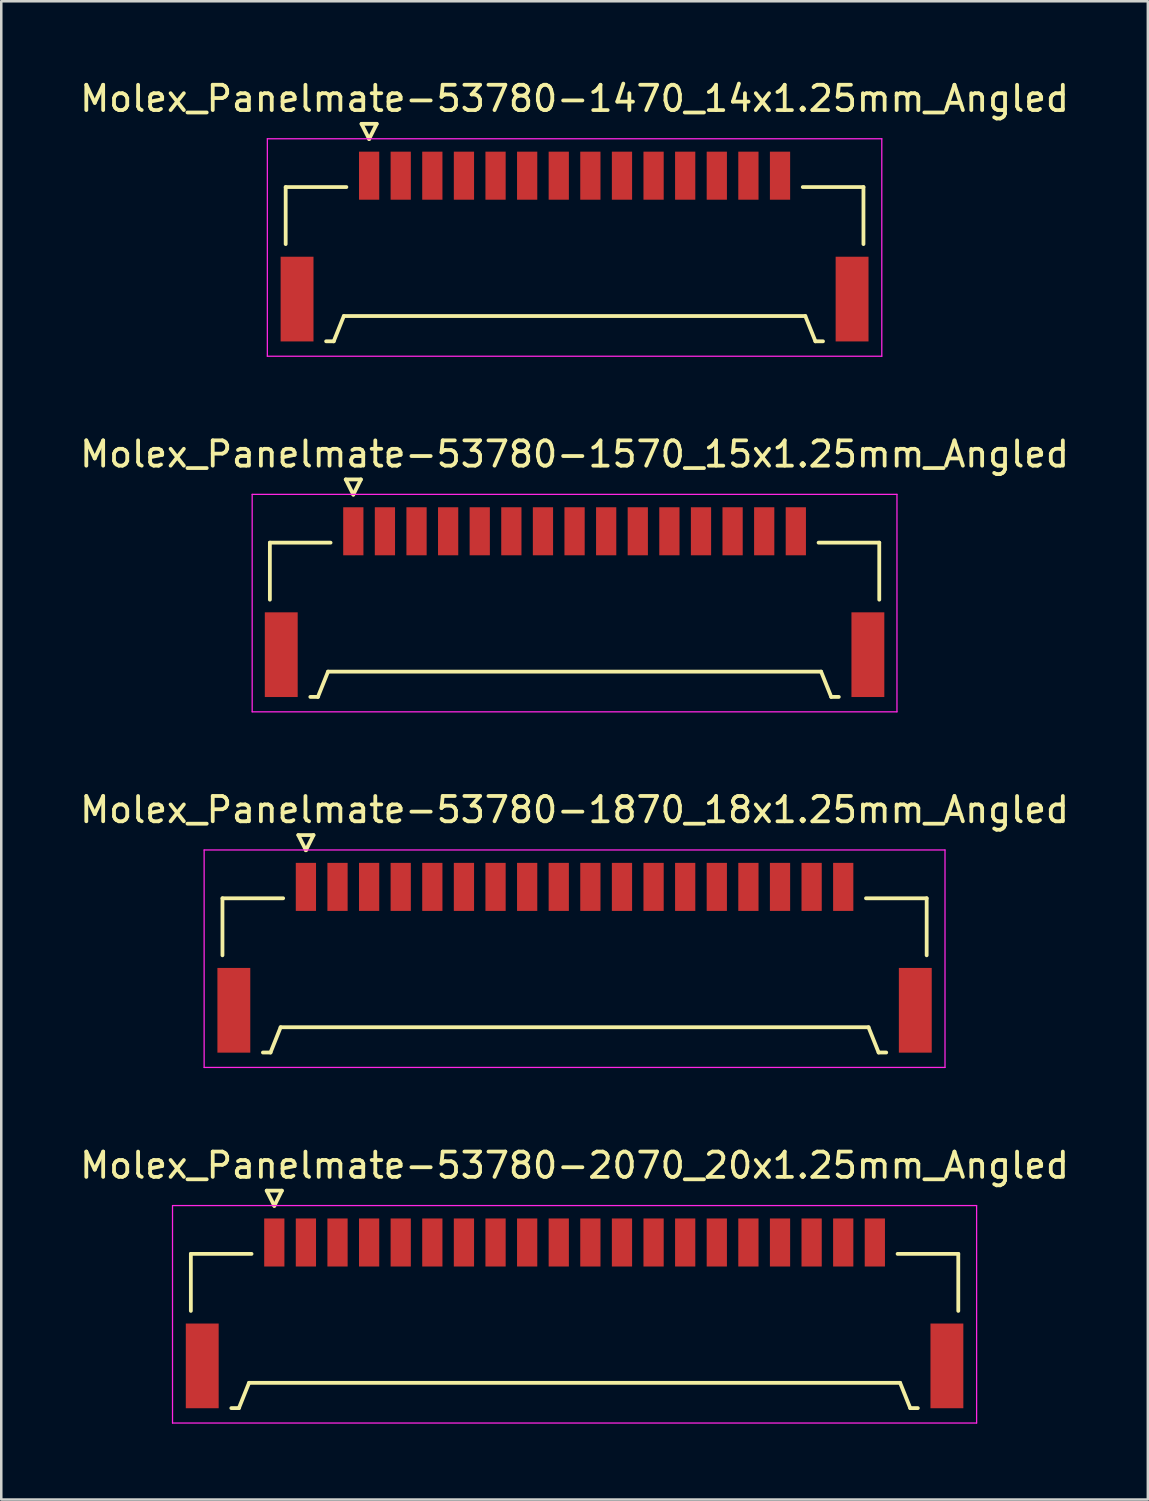
<source format=kicad_pcb>
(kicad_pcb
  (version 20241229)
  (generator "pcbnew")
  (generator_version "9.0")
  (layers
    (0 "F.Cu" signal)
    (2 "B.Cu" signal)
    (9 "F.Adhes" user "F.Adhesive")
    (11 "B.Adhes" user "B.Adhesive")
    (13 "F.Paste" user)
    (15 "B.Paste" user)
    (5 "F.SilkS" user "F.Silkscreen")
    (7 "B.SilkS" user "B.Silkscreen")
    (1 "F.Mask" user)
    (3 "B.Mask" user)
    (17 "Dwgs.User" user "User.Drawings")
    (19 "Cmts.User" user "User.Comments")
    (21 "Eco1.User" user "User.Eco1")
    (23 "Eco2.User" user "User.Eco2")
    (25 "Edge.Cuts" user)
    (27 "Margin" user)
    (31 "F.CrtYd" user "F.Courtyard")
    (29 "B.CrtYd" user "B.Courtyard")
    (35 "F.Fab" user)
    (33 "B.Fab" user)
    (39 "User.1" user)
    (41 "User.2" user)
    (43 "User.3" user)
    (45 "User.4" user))
  (footprint "Molex_Panelmate-53780-2070_20x1.25mm_Angled"
    (layer "F.Cu")
    (at 19.673 48.528)
    (property "Reference" "Molex_Panelmate-53780-2070_20x1.25mm_Angled" (at 0 -5.49 0) (layer "F.SilkS") (effects (font (size 1 1) (thickness 0.15))))
    (attr smd)
    (fp_line (start -15.175 -1.99) (end -15.175 0.265) (stroke (width 0.15) (type solid)) (layer "F.SilkS"))
    (fp_line (start -13.575 4.11) (end -13.275 4.11) (stroke (width 0.15) (type solid)) (layer "F.SilkS"))
    (fp_line (start -13.275 4.11) (end -12.875 3.11) (stroke (width 0.15) (type solid)) (layer "F.SilkS"))
    (fp_line (start -12.875 3.11) (end 12.875 3.11) (stroke (width 0.15) (type solid)) (layer "F.SilkS"))
    (fp_line (start -12.775 -1.99) (end -15.175 -1.99) (stroke (width 0.15) (type solid)) (layer "F.SilkS"))
    (fp_line (start -12.175 -4.49) (end -11.875 -3.89) (stroke (width 0.15) (type solid)) (layer "F.SilkS"))
    (fp_line (start -11.875 -3.89) (end -11.575 -4.49) (stroke (width 0.15) (type solid)) (layer "F.SilkS"))
    (fp_line (start -11.575 -4.49) (end -12.175 -4.49) (stroke (width 0.15) (type solid)) (layer "F.SilkS"))
    (fp_line (start 12.775 -1.99) (end 15.175 -1.99) (stroke (width 0.15) (type solid)) (layer "F.SilkS"))
    (fp_line (start 12.875 3.11) (end 13.275 4.11) (stroke (width 0.15) (type solid)) (layer "F.SilkS"))
    (fp_line (start 13.275 4.11) (end 13.575 4.11) (stroke (width 0.15) (type solid)) (layer "F.SilkS"))
    (fp_line (start 15.175 -1.99) (end 15.175 0.265) (stroke (width 0.15) (type solid)) (layer "F.SilkS"))
    (fp_line (start -15.9 -3.9) (end -15.9 4.7) (stroke (width 0.05) (type solid)) (layer "F.CrtYd"))
    (fp_line (start -15.9 4.7) (end 15.9 4.7) (stroke (width 0.05) (type solid)) (layer "F.CrtYd"))
    (fp_line (start 15.9 -3.9) (end -15.9 -3.9) (stroke (width 0.05) (type solid)) (layer "F.CrtYd"))
    (fp_line (start 15.9 4.7) (end 15.9 -3.9) (stroke (width 0.05) (type solid)) (layer "F.CrtYd"))
    (pad "" smd rect (at -14.725 2.44) (size 1.3 3.35) (layers "F.Cu" "F.Mask" "F.Paste"))
    (pad "" smd rect (at 14.725 2.44) (size 1.3 3.35) (layers "F.Cu" "F.Mask" "F.Paste"))
    (pad "1" smd rect (at -11.875 -2.44) (size 0.8 1.9) (layers "F.Cu" "F.Mask" "F.Paste"))
    (pad "2" smd rect (at -10.625 -2.44) (size 0.8 1.9) (layers "F.Cu" "F.Mask" "F.Paste"))
    (pad "3" smd rect (at -9.375 -2.44) (size 0.8 1.9) (layers "F.Cu" "F.Mask" "F.Paste"))
    (pad "4" smd rect (at -8.125 -2.44) (size 0.8 1.9) (layers "F.Cu" "F.Mask" "F.Paste"))
    (pad "5" smd rect (at -6.875 -2.44) (size 0.8 1.9) (layers "F.Cu" "F.Mask" "F.Paste"))
    (pad "6" smd rect (at -5.625 -2.44) (size 0.8 1.9) (layers "F.Cu" "F.Mask" "F.Paste"))
    (pad "7" smd rect (at -4.375 -2.44) (size 0.8 1.9) (layers "F.Cu" "F.Mask" "F.Paste"))
    (pad "8" smd rect (at -3.125 -2.44) (size 0.8 1.9) (layers "F.Cu" "F.Mask" "F.Paste"))
    (pad "9" smd rect (at -1.875 -2.44) (size 0.8 1.9) (layers "F.Cu" "F.Mask" "F.Paste"))
    (pad "10" smd rect (at -0.625 -2.44) (size 0.8 1.9) (layers "F.Cu" "F.Mask" "F.Paste"))
    (pad "11" smd rect (at 0.625 -2.44) (size 0.8 1.9) (layers "F.Cu" "F.Mask" "F.Paste"))
    (pad "12" smd rect (at 1.875 -2.44) (size 0.8 1.9) (layers "F.Cu" "F.Mask" "F.Paste"))
    (pad "13" smd rect (at 3.125 -2.44) (size 0.8 1.9) (layers "F.Cu" "F.Mask" "F.Paste"))
    (pad "14" smd rect (at 4.375 -2.44) (size 0.8 1.9) (layers "F.Cu" "F.Mask" "F.Paste"))
    (pad "15" smd rect (at 5.625 -2.44) (size 0.8 1.9) (layers "F.Cu" "F.Mask" "F.Paste"))
    (pad "16" smd rect (at 6.875 -2.44) (size 0.8 1.9) (layers "F.Cu" "F.Mask" "F.Paste"))
    (pad "17" smd rect (at 8.125 -2.44) (size 0.8 1.9) (layers "F.Cu" "F.Mask" "F.Paste"))
    (pad "18" smd rect (at 9.375 -2.44) (size 0.8 1.9) (layers "F.Cu" "F.Mask" "F.Paste"))
    (pad "19" smd rect (at 10.625 -2.44) (size 0.8 1.9) (layers "F.Cu" "F.Mask" "F.Paste"))
    (pad "20" smd rect (at 11.875 -2.44) (size 0.8 1.9) (layers "F.Cu" "F.Mask" "F.Paste")))
  (footprint "Molex_Panelmate-53780-1870_18x1.25mm_Angled"
    (layer "F.Cu")
    (at 19.673 34.465)
    (property "Reference" "Molex_Panelmate-53780-1870_18x1.25mm_Angled" (at 0 -5.49 0) (layer "F.SilkS") (effects (font (size 1 1) (thickness 0.15))))
    (attr smd)
    (fp_line (start -13.925 -1.99) (end -13.925 0.265) (stroke (width 0.15) (type solid)) (layer "F.SilkS"))
    (fp_line (start -12.325 4.11) (end -12.025 4.11) (stroke (width 0.15) (type solid)) (layer "F.SilkS"))
    (fp_line (start -12.025 4.11) (end -11.625 3.11) (stroke (width 0.15) (type solid)) (layer "F.SilkS"))
    (fp_line (start -11.625 3.11) (end 11.625 3.11) (stroke (width 0.15) (type solid)) (layer "F.SilkS"))
    (fp_line (start -11.525 -1.99) (end -13.925 -1.99) (stroke (width 0.15) (type solid)) (layer "F.SilkS"))
    (fp_line (start -10.925 -4.49) (end -10.625 -3.89) (stroke (width 0.15) (type solid)) (layer "F.SilkS"))
    (fp_line (start -10.625 -3.89) (end -10.325 -4.49) (stroke (width 0.15) (type solid)) (layer "F.SilkS"))
    (fp_line (start -10.325 -4.49) (end -10.925 -4.49) (stroke (width 0.15) (type solid)) (layer "F.SilkS"))
    (fp_line (start 11.525 -1.99) (end 13.925 -1.99) (stroke (width 0.15) (type solid)) (layer "F.SilkS"))
    (fp_line (start 11.625 3.11) (end 12.025 4.11) (stroke (width 0.15) (type solid)) (layer "F.SilkS"))
    (fp_line (start 12.025 4.11) (end 12.325 4.11) (stroke (width 0.15) (type solid)) (layer "F.SilkS"))
    (fp_line (start 13.925 -1.99) (end 13.925 0.265) (stroke (width 0.15) (type solid)) (layer "F.SilkS"))
    (fp_line (start -14.65 -3.9) (end -14.65 4.7) (stroke (width 0.05) (type solid)) (layer "F.CrtYd"))
    (fp_line (start -14.65 4.7) (end 14.65 4.7) (stroke (width 0.05) (type solid)) (layer "F.CrtYd"))
    (fp_line (start 14.65 -3.9) (end -14.65 -3.9) (stroke (width 0.05) (type solid)) (layer "F.CrtYd"))
    (fp_line (start 14.65 4.7) (end 14.65 -3.9) (stroke (width 0.05) (type solid)) (layer "F.CrtYd"))
    (pad "" smd rect (at -13.475 2.44) (size 1.3 3.35) (layers "F.Cu" "F.Mask" "F.Paste"))
    (pad "" smd rect (at 13.475 2.44) (size 1.3 3.35) (layers "F.Cu" "F.Mask" "F.Paste"))
    (pad "1" smd rect (at -10.625 -2.44) (size 0.8 1.9) (layers "F.Cu" "F.Mask" "F.Paste"))
    (pad "2" smd rect (at -9.375 -2.44) (size 0.8 1.9) (layers "F.Cu" "F.Mask" "F.Paste"))
    (pad "3" smd rect (at -8.125 -2.44) (size 0.8 1.9) (layers "F.Cu" "F.Mask" "F.Paste"))
    (pad "4" smd rect (at -6.875 -2.44) (size 0.8 1.9) (layers "F.Cu" "F.Mask" "F.Paste"))
    (pad "5" smd rect (at -5.625 -2.44) (size 0.8 1.9) (layers "F.Cu" "F.Mask" "F.Paste"))
    (pad "6" smd rect (at -4.375 -2.44) (size 0.8 1.9) (layers "F.Cu" "F.Mask" "F.Paste"))
    (pad "7" smd rect (at -3.125 -2.44) (size 0.8 1.9) (layers "F.Cu" "F.Mask" "F.Paste"))
    (pad "8" smd rect (at -1.875 -2.44) (size 0.8 1.9) (layers "F.Cu" "F.Mask" "F.Paste"))
    (pad "9" smd rect (at -0.625 -2.44) (size 0.8 1.9) (layers "F.Cu" "F.Mask" "F.Paste"))
    (pad "10" smd rect (at 0.625 -2.44) (size 0.8 1.9) (layers "F.Cu" "F.Mask" "F.Paste"))
    (pad "11" smd rect (at 1.875 -2.44) (size 0.8 1.9) (layers "F.Cu" "F.Mask" "F.Paste"))
    (pad "12" smd rect (at 3.125 -2.44) (size 0.8 1.9) (layers "F.Cu" "F.Mask" "F.Paste"))
    (pad "13" smd rect (at 4.375 -2.44) (size 0.8 1.9) (layers "F.Cu" "F.Mask" "F.Paste"))
    (pad "14" smd rect (at 5.625 -2.44) (size 0.8 1.9) (layers "F.Cu" "F.Mask" "F.Paste"))
    (pad "15" smd rect (at 6.875 -2.44) (size 0.8 1.9) (layers "F.Cu" "F.Mask" "F.Paste"))
    (pad "16" smd rect (at 8.125 -2.44) (size 0.8 1.9) (layers "F.Cu" "F.Mask" "F.Paste"))
    (pad "17" smd rect (at 9.375 -2.44) (size 0.8 1.9) (layers "F.Cu" "F.Mask" "F.Paste"))
    (pad "18" smd rect (at 10.625 -2.44) (size 0.8 1.9) (layers "F.Cu" "F.Mask" "F.Paste")))
  (footprint "Molex_Panelmate-53780-1470_14x1.25mm_Angled"
    (layer "F.Cu")
    (at 19.673 6.338)
    (property "Reference" "Molex_Panelmate-53780-1470_14x1.25mm_Angled" (at 0 -5.49 0) (layer "F.SilkS") (effects (font (size 1 1) (thickness 0.15))))
    (attr smd)
    (fp_line (start -11.425 -1.99) (end -11.425 0.265) (stroke (width 0.15) (type solid)) (layer "F.SilkS"))
    (fp_line (start -9.825 4.11) (end -9.525 4.11) (stroke (width 0.15) (type solid)) (layer "F.SilkS"))
    (fp_line (start -9.525 4.11) (end -9.125 3.11) (stroke (width 0.15) (type solid)) (layer "F.SilkS"))
    (fp_line (start -9.125 3.11) (end 9.125 3.11) (stroke (width 0.15) (type solid)) (layer "F.SilkS"))
    (fp_line (start -9.025 -1.99) (end -11.425 -1.99) (stroke (width 0.15) (type solid)) (layer "F.SilkS"))
    (fp_line (start -8.425 -4.49) (end -8.125 -3.89) (stroke (width 0.15) (type solid)) (layer "F.SilkS"))
    (fp_line (start -8.125 -3.89) (end -7.825 -4.49) (stroke (width 0.15) (type solid)) (layer "F.SilkS"))
    (fp_line (start -7.825 -4.49) (end -8.425 -4.49) (stroke (width 0.15) (type solid)) (layer "F.SilkS"))
    (fp_line (start 9.025 -1.99) (end 11.425 -1.99) (stroke (width 0.15) (type solid)) (layer "F.SilkS"))
    (fp_line (start 9.125 3.11) (end 9.525 4.11) (stroke (width 0.15) (type solid)) (layer "F.SilkS"))
    (fp_line (start 9.525 4.11) (end 9.825 4.11) (stroke (width 0.15) (type solid)) (layer "F.SilkS"))
    (fp_line (start 11.425 -1.99) (end 11.425 0.265) (stroke (width 0.15) (type solid)) (layer "F.SilkS"))
    (fp_line (start -12.15 -3.9) (end -12.15 4.7) (stroke (width 0.05) (type solid)) (layer "F.CrtYd"))
    (fp_line (start -12.15 4.7) (end 12.15 4.7) (stroke (width 0.05) (type solid)) (layer "F.CrtYd"))
    (fp_line (start 12.15 -3.9) (end -12.15 -3.9) (stroke (width 0.05) (type solid)) (layer "F.CrtYd"))
    (fp_line (start 12.15 4.7) (end 12.15 -3.9) (stroke (width 0.05) (type solid)) (layer "F.CrtYd"))
    (pad "" smd rect (at -10.975 2.44) (size 1.3 3.35) (layers "F.Cu" "F.Mask" "F.Paste"))
    (pad "" smd rect (at 10.975 2.44) (size 1.3 3.35) (layers "F.Cu" "F.Mask" "F.Paste"))
    (pad "1" smd rect (at -8.125 -2.44) (size 0.8 1.9) (layers "F.Cu" "F.Mask" "F.Paste"))
    (pad "2" smd rect (at -6.875 -2.44) (size 0.8 1.9) (layers "F.Cu" "F.Mask" "F.Paste"))
    (pad "3" smd rect (at -5.625 -2.44) (size 0.8 1.9) (layers "F.Cu" "F.Mask" "F.Paste"))
    (pad "4" smd rect (at -4.375 -2.44) (size 0.8 1.9) (layers "F.Cu" "F.Mask" "F.Paste"))
    (pad "5" smd rect (at -3.125 -2.44) (size 0.8 1.9) (layers "F.Cu" "F.Mask" "F.Paste"))
    (pad "6" smd rect (at -1.875 -2.44) (size 0.8 1.9) (layers "F.Cu" "F.Mask" "F.Paste"))
    (pad "7" smd rect (at -0.625 -2.44) (size 0.8 1.9) (layers "F.Cu" "F.Mask" "F.Paste"))
    (pad "8" smd rect (at 0.625 -2.44) (size 0.8 1.9) (layers "F.Cu" "F.Mask" "F.Paste"))
    (pad "9" smd rect (at 1.875 -2.44) (size 0.8 1.9) (layers "F.Cu" "F.Mask" "F.Paste"))
    (pad "10" smd rect (at 3.125 -2.44) (size 0.8 1.9) (layers "F.Cu" "F.Mask" "F.Paste"))
    (pad "11" smd rect (at 4.375 -2.44) (size 0.8 1.9) (layers "F.Cu" "F.Mask" "F.Paste"))
    (pad "12" smd rect (at 5.625 -2.44) (size 0.8 1.9) (layers "F.Cu" "F.Mask" "F.Paste"))
    (pad "13" smd rect (at 6.875 -2.44) (size 0.8 1.9) (layers "F.Cu" "F.Mask" "F.Paste"))
    (pad "14" smd rect (at 8.125 -2.44) (size 0.8 1.9) (layers "F.Cu" "F.Mask" "F.Paste")))
  (footprint "Molex_Panelmate-53780-1570_15x1.25mm_Angled"
    (layer "F.Cu")
    (at 19.673 20.401)
    (property "Reference" "Molex_Panelmate-53780-1570_15x1.25mm_Angled" (at 0 -5.49 0) (layer "F.SilkS") (effects (font (size 1 1) (thickness 0.15))))
    (attr smd)
    (fp_line (start -12.05 -1.99) (end -12.05 0.265) (stroke (width 0.15) (type solid)) (layer "F.SilkS"))
    (fp_line (start -10.45 4.11) (end -10.15 4.11) (stroke (width 0.15) (type solid)) (layer "F.SilkS"))
    (fp_line (start -10.15 4.11) (end -9.75 3.11) (stroke (width 0.15) (type solid)) (layer "F.SilkS"))
    (fp_line (start -9.75 3.11) (end 9.75 3.11) (stroke (width 0.15) (type solid)) (layer "F.SilkS"))
    (fp_line (start -9.65 -1.99) (end -12.05 -1.99) (stroke (width 0.15) (type solid)) (layer "F.SilkS"))
    (fp_line (start -9.05 -4.49) (end -8.75 -3.89) (stroke (width 0.15) (type solid)) (layer "F.SilkS"))
    (fp_line (start -8.75 -3.89) (end -8.45 -4.49) (stroke (width 0.15) (type solid)) (layer "F.SilkS"))
    (fp_line (start -8.45 -4.49) (end -9.05 -4.49) (stroke (width 0.15) (type solid)) (layer "F.SilkS"))
    (fp_line (start 9.65 -1.99) (end 12.05 -1.99) (stroke (width 0.15) (type solid)) (layer "F.SilkS"))
    (fp_line (start 9.75 3.11) (end 10.15 4.11) (stroke (width 0.15) (type solid)) (layer "F.SilkS"))
    (fp_line (start 10.15 4.11) (end 10.45 4.11) (stroke (width 0.15) (type solid)) (layer "F.SilkS"))
    (fp_line (start 12.05 -1.99) (end 12.05 0.265) (stroke (width 0.15) (type solid)) (layer "F.SilkS"))
    (fp_line (start -12.75 -3.9) (end -12.75 4.7) (stroke (width 0.05) (type solid)) (layer "F.CrtYd"))
    (fp_line (start -12.75 4.7) (end 12.75 4.7) (stroke (width 0.05) (type solid)) (layer "F.CrtYd"))
    (fp_line (start 12.75 -3.9) (end -12.75 -3.9) (stroke (width 0.05) (type solid)) (layer "F.CrtYd"))
    (fp_line (start 12.75 4.7) (end 12.75 -3.9) (stroke (width 0.05) (type solid)) (layer "F.CrtYd"))
    (pad "" smd rect (at -11.6 2.44) (size 1.3 3.35) (layers "F.Cu" "F.Mask" "F.Paste"))
    (pad "" smd rect (at 11.6 2.44) (size 1.3 3.35) (layers "F.Cu" "F.Mask" "F.Paste"))
    (pad "1" smd rect (at -8.75 -2.44) (size 0.8 1.9) (layers "F.Cu" "F.Mask" "F.Paste"))
    (pad "2" smd rect (at -7.5 -2.44) (size 0.8 1.9) (layers "F.Cu" "F.Mask" "F.Paste"))
    (pad "3" smd rect (at -6.25 -2.44) (size 0.8 1.9) (layers "F.Cu" "F.Mask" "F.Paste"))
    (pad "4" smd rect (at -5 -2.44) (size 0.8 1.9) (layers "F.Cu" "F.Mask" "F.Paste"))
    (pad "5" smd rect (at -3.75 -2.44) (size 0.8 1.9) (layers "F.Cu" "F.Mask" "F.Paste"))
    (pad "6" smd rect (at -2.5 -2.44) (size 0.8 1.9) (layers "F.Cu" "F.Mask" "F.Paste"))
    (pad "7" smd rect (at -1.25 -2.44) (size 0.8 1.9) (layers "F.Cu" "F.Mask" "F.Paste"))
    (pad "8" smd rect (at 0 -2.44) (size 0.8 1.9) (layers "F.Cu" "F.Mask" "F.Paste"))
    (pad "9" smd rect (at 1.25 -2.44) (size 0.8 1.9) (layers "F.Cu" "F.Mask" "F.Paste"))
    (pad "10" smd rect (at 2.5 -2.44) (size 0.8 1.9) (layers "F.Cu" "F.Mask" "F.Paste"))
    (pad "11" smd rect (at 3.75 -2.44) (size 0.8 1.9) (layers "F.Cu" "F.Mask" "F.Paste"))
    (pad "12" smd rect (at 5 -2.44) (size 0.8 1.9) (layers "F.Cu" "F.Mask" "F.Paste"))
    (pad "13" smd rect (at 6.25 -2.44) (size 0.8 1.9) (layers "F.Cu" "F.Mask" "F.Paste"))
    (pad "14" smd rect (at 7.5 -2.44) (size 0.8 1.9) (layers "F.Cu" "F.Mask" "F.Paste"))
    (pad "15" smd rect (at 8.75 -2.44) (size 0.8 1.9) (layers "F.Cu" "F.Mask" "F.Paste")))
  (gr_rect
    (start -3 -3)
    (end 42.345 56.253)
    (stroke (width 0.1) (type default))
    (fill no)
    (layer "Edge.Cuts")))
</source>
